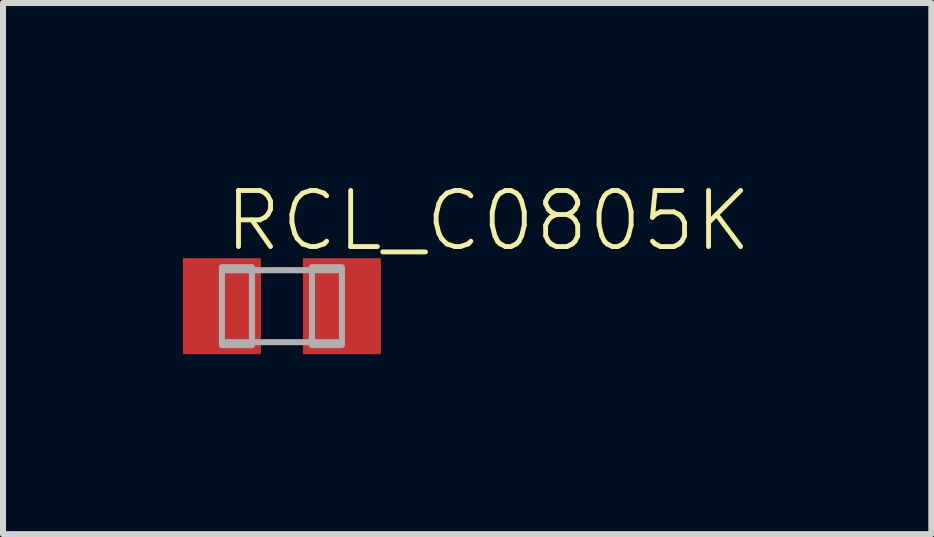
<source format=kicad_pcb>
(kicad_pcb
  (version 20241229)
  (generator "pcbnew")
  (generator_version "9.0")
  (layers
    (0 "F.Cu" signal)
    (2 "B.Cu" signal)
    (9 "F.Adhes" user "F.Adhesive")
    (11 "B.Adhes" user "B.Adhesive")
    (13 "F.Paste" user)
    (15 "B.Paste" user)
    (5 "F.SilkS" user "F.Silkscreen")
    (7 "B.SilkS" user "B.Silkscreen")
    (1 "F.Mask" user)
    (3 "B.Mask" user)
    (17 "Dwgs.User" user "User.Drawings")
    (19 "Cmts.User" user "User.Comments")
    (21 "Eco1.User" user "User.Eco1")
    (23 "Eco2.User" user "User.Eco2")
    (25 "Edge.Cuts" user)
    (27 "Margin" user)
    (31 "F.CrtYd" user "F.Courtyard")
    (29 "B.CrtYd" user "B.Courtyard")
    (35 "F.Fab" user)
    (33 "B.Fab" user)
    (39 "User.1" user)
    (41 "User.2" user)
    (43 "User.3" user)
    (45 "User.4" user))
  (footprint "RCL_C0805K"
    (layer "F.Cu")
    (at 1.65 2.054)
    (property "Reference" "RCL_C0805K" (at -1 -0.875 0) (layer "F.SilkS") (effects (font (size 0.935 0.935) (thickness 0.081)) (justify left bottom)))
    (fp_line (start -0.925 -0.6) (end 0.925 -0.6) (stroke (width 0.102) (type solid)) (layer "F.Fab"))
    (fp_line (start 0.925 0.6) (end -0.925 0.6) (stroke (width 0.102) (type solid)) (layer "F.Fab"))
    (fp_poly (pts (xy -1 0.65) (xy -0.5 0.65) (xy -0.5 -0.65) (xy -1 -0.65)) (stroke (width 0.1) (type default)) (fill no) (layer "F.Fab"))
    (fp_poly (pts (xy 0.5 0.65) (xy 1 0.65) (xy 1 -0.65) (xy 0.5 -0.65)) (stroke (width 0.1) (type default)) (fill no) (layer "F.Fab"))
    (pad "1" smd rect (at -1 0) (size 1.3 1.6) (layers "F.Cu" "F.Mask" "F.Paste"))
    (pad "2" smd rect (at 1 0) (size 1.3 1.6) (layers "F.Cu" "F.Mask" "F.Paste")))
  (gr_rect
    (start -3 -3)
    (end 12.475 5.854)
    (stroke (width 0.1) (type default))
    (fill no)
    (layer "Edge.Cuts")))
</source>
